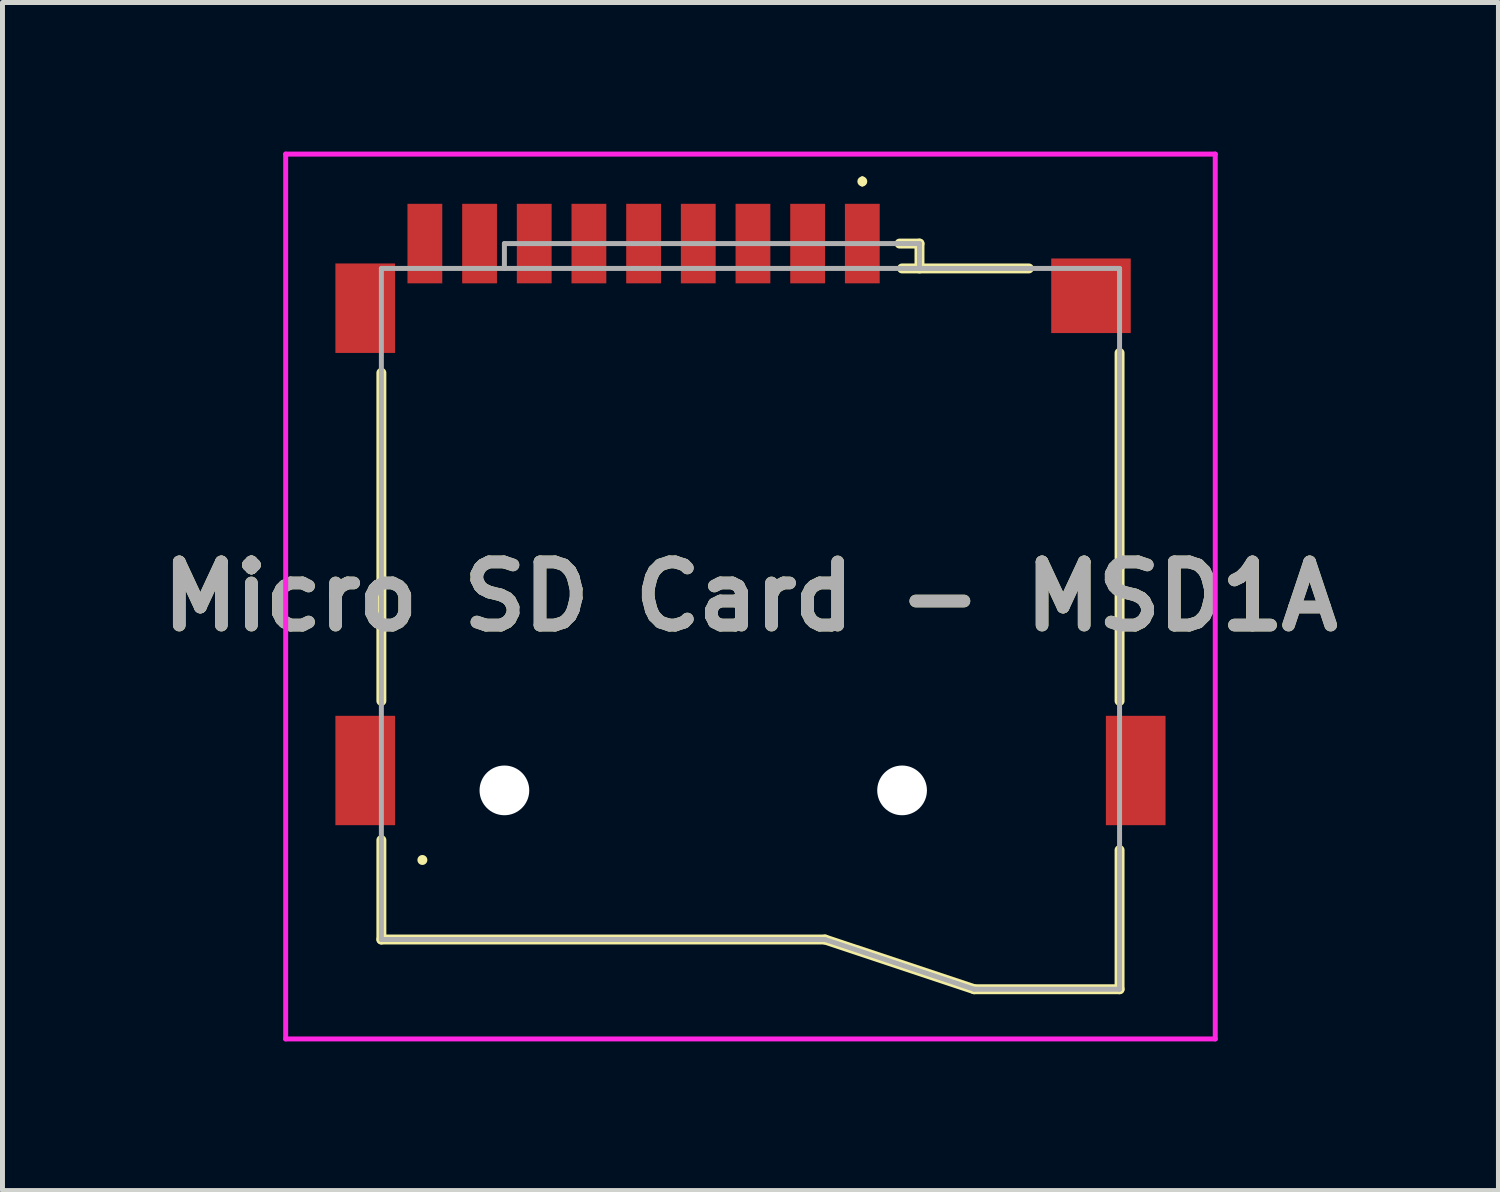
<source format=kicad_pcb>
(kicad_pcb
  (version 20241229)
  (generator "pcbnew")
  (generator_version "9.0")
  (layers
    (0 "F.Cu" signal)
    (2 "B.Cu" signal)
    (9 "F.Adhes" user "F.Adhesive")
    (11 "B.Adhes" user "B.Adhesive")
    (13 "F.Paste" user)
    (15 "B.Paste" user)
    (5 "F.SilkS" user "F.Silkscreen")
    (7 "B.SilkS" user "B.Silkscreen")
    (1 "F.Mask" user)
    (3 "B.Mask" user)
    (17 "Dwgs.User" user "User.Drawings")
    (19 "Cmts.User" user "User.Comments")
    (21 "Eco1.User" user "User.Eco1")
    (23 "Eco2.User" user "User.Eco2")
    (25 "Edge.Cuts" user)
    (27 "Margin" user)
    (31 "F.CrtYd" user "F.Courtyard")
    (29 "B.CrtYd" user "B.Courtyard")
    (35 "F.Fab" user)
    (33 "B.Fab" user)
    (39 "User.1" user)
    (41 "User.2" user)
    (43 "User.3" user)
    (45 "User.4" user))
  (footprint "Micro SD Card - MSD1A"
    (layer "F.Cu")
    (at 12.047 8.95)
    (property "Reference" "Micro SD Card - MSD1A" (at 0 0 0) (layer "F.SilkS") (effects (font (size 1.27 1.27) (thickness 0.254))))
    (attr through_hole)
    (fp_line (start -7.425 -4.5) (end -7.425 2.1) (stroke (width 0.2) (type solid)) (layer "F.SilkS"))
    (fp_line (start -7.425 4.9) (end -7.425 6.9) (stroke (width 0.2) (type solid)) (layer "F.SilkS"))
    (fp_line (start -7.425 6.9) (end 1.5 6.9) (stroke (width 0.2) (type solid)) (layer "F.SilkS"))
    (fp_line (start -6.6 5.3) (end -6.6 5.3) (stroke (width 0.2) (type solid)) (layer "F.SilkS"))
    (fp_line (start 1.5 6.9) (end 4.5 7.9) (stroke (width 0.2) (type solid)) (layer "F.SilkS"))
    (fp_line (start 2.25 -8.4) (end 2.25 -8.4) (stroke (width 0.1) (type solid)) (layer "F.SilkS"))
    (fp_line (start 2.25 -8.3) (end 2.25 -8.3) (stroke (width 0.1) (type solid)) (layer "F.SilkS"))
    (fp_line (start 3.05 -6.6) (end 5.6 -6.6) (stroke (width 0.2) (type solid)) (layer "F.SilkS"))
    (fp_line (start 3.4 -7.1) (end 3 -7.1) (stroke (width 0.2) (type solid)) (layer "F.SilkS"))
    (fp_line (start 3.4 -6.6) (end 3.4 -7.1) (stroke (width 0.2) (type solid)) (layer "F.SilkS"))
    (fp_line (start 4.5 7.9) (end 7.425 7.9) (stroke (width 0.2) (type solid)) (layer "F.SilkS"))
    (fp_line (start 7.425 2.1) (end 7.425 -4.9) (stroke (width 0.2) (type solid)) (layer "F.SilkS"))
    (fp_line (start 7.425 7.9) (end 7.425 5.1) (stroke (width 0.2) (type solid)) (layer "F.SilkS"))
    (fp_arc (start 2.25 -8.4) (mid 2.3 -8.35) (end 2.25 -8.3) (stroke (width 0.1) (type solid)) (layer "F.SilkS"))
    (fp_arc (start 2.25 -8.3) (mid 2.2 -8.35) (end 2.25 -8.4) (stroke (width 0.1) (type solid)) (layer "F.SilkS"))
    (fp_line (start -9.35 -8.9) (end 9.35 -8.9) (stroke (width 0.1) (type solid)) (layer "F.CrtYd"))
    (fp_line (start -9.35 8.9) (end -9.35 -8.9) (stroke (width 0.1) (type solid)) (layer "F.CrtYd"))
    (fp_line (start 9.35 -8.9) (end 9.35 8.9) (stroke (width 0.1) (type solid)) (layer "F.CrtYd"))
    (fp_line (start 9.35 8.9) (end -9.35 8.9) (stroke (width 0.1) (type solid)) (layer "F.CrtYd"))
    (fp_line (start -7.425 -6.6) (end -7.425 6.9) (stroke (width 0.1) (type solid)) (layer "F.Fab"))
    (fp_line (start -7.425 6.9) (end -3.25 6.9) (stroke (width 0.1) (type solid)) (layer "F.Fab"))
    (fp_line (start -4.95 -7.1) (end -4.95 -6.6) (stroke (width 0.1) (type solid)) (layer "F.Fab"))
    (fp_line (start -3.25 6.9) (end 1.5 6.9) (stroke (width 0.1) (type solid)) (layer "F.Fab"))
    (fp_line (start 1.5 6.9) (end 4.5 7.9) (stroke (width 0.1) (type solid)) (layer "F.Fab"))
    (fp_line (start 3.4 -7.1) (end -4.95 -7.1) (stroke (width 0.1) (type solid)) (layer "F.Fab"))
    (fp_line (start 3.4 -6.6) (end 3.4 -7.1) (stroke (width 0.1) (type solid)) (layer "F.Fab"))
    (fp_line (start 4.5 7.9) (end 7.425 7.9) (stroke (width 0.1) (type solid)) (layer "F.Fab"))
    (fp_line (start 7.425 -6.6) (end -7.425 -6.6) (stroke (width 0.1) (type solid)) (layer "F.Fab"))
    (fp_line (start 7.425 7.9) (end 7.425 -6.6) (stroke (width 0.1) (type solid)) (layer "F.Fab"))
    (fp_text user "${REFERENCE}" (at 0 0 0) (layer "F.Fab") (effects (font (size 1.27 1.27) (thickness 0.254))))
    (pad "" np_thru_hole circle (at -4.95 3.9) (size 1 1) (drill 1) (layers "*.Cu" "*.Mask"))
    (pad "" np_thru_hole circle (at 3.05 3.9) (size 1 1) (drill 1) (layers "*.Cu" "*.Mask"))
    (pad "1" smd rect (at 2.25 -7.1) (size 0.7 1.6) (layers "F.Cu" "F.Mask" "F.Paste"))
    (pad "2" smd rect (at 1.15 -7.1) (size 0.7 1.6) (layers "F.Cu" "F.Mask" "F.Paste"))
    (pad "3" smd rect (at 0.05 -7.1) (size 0.7 1.6) (layers "F.Cu" "F.Mask" "F.Paste"))
    (pad "4" smd rect (at -1.05 -7.1) (size 0.7 1.6) (layers "F.Cu" "F.Mask" "F.Paste"))
    (pad "5" smd rect (at -2.15 -7.1) (size 0.7 1.6) (layers "F.Cu" "F.Mask" "F.Paste"))
    (pad "6" smd rect (at -3.25 -7.1) (size 0.7 1.6) (layers "F.Cu" "F.Mask" "F.Paste"))
    (pad "7" smd rect (at -4.35 -7.1) (size 0.7 1.6) (layers "F.Cu" "F.Mask" "F.Paste"))
    (pad "8" smd rect (at -5.45 -7.1) (size 0.7 1.6) (layers "F.Cu" "F.Mask" "F.Paste"))
    (pad "9" smd rect (at 6.85 -6.05 90) (size 1.5 1.6) (layers "F.Cu" "F.Mask" "F.Paste"))
    (pad "10" smd rect (at -7.75 -5.8) (size 1.2 1.8) (layers "F.Cu" "F.Mask" "F.Paste"))
    (pad "11" smd rect (at 7.75 3.5) (size 1.2 2.2) (layers "F.Cu" "F.Mask" "F.Paste"))
    (pad "12" smd rect (at -7.75 3.5) (size 1.2 2.2) (layers "F.Cu" "F.Mask" "F.Paste"))
    (pad "CD1" smd rect (at -6.55 -7.1) (size 0.7 1.6) (layers "F.Cu" "F.Mask" "F.Paste")))
  (gr_rect
    (start -3 -3)
    (end 27.094 20.9)
    (stroke (width 0.1) (type default))
    (fill no)
    (layer "Edge.Cuts")))
</source>
